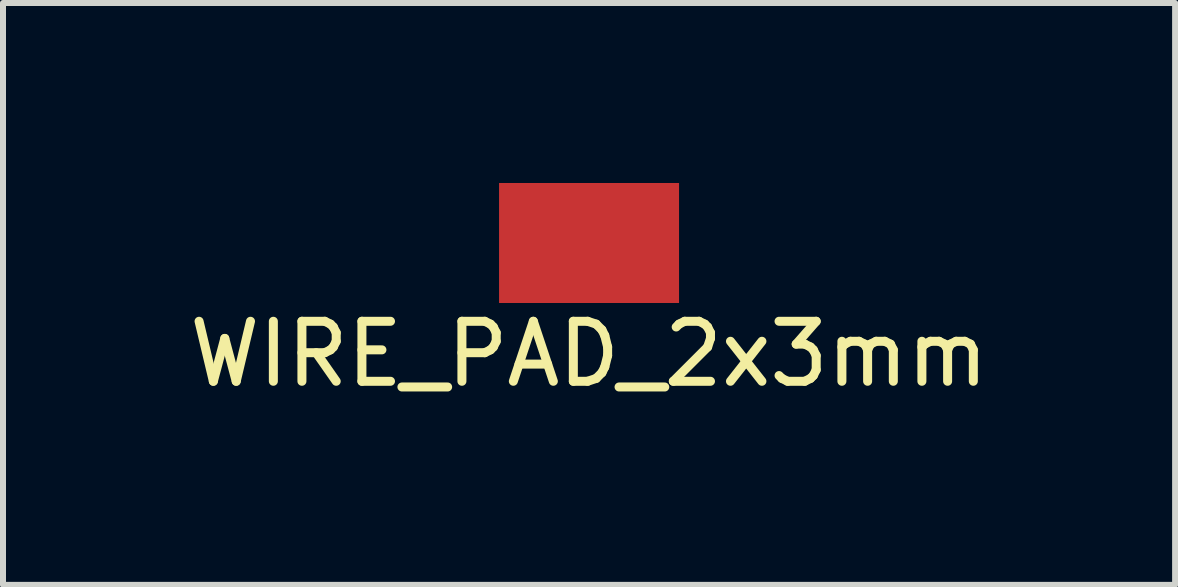
<source format=kicad_pcb>
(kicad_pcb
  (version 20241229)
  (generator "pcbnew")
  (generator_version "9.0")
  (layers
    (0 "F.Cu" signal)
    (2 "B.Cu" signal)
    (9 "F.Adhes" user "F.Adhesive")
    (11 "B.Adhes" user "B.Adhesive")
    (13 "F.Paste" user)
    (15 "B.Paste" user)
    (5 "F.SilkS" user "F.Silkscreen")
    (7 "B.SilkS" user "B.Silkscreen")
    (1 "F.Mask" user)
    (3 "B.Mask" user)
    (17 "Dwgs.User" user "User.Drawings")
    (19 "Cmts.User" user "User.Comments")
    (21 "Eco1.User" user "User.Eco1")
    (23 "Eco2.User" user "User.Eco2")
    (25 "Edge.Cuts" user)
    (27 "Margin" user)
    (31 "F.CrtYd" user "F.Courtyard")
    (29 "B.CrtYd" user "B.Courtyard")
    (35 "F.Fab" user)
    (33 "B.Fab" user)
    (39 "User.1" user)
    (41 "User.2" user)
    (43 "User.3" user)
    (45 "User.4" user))
  (footprint "WIRE_PAD_2x3mm"
    (layer "F.Cu")
    (at 6.768 1)
    (property "Reference" "WIRE_PAD_2x3mm" (at 0 1.85 0) (layer "F.SilkS") (effects (font (size 1 1) (thickness 0.15))))
    (attr through_hole)
    (pad "1" smd rect (at 0 0) (size 3 2) (layers "F.Cu" "F.Mask" "F.Paste")))
  (gr_rect
    (start -3 -3)
    (end 16.536 6.698)
    (stroke (width 0.1) (type default))
    (fill no)
    (layer "Edge.Cuts")))
</source>
